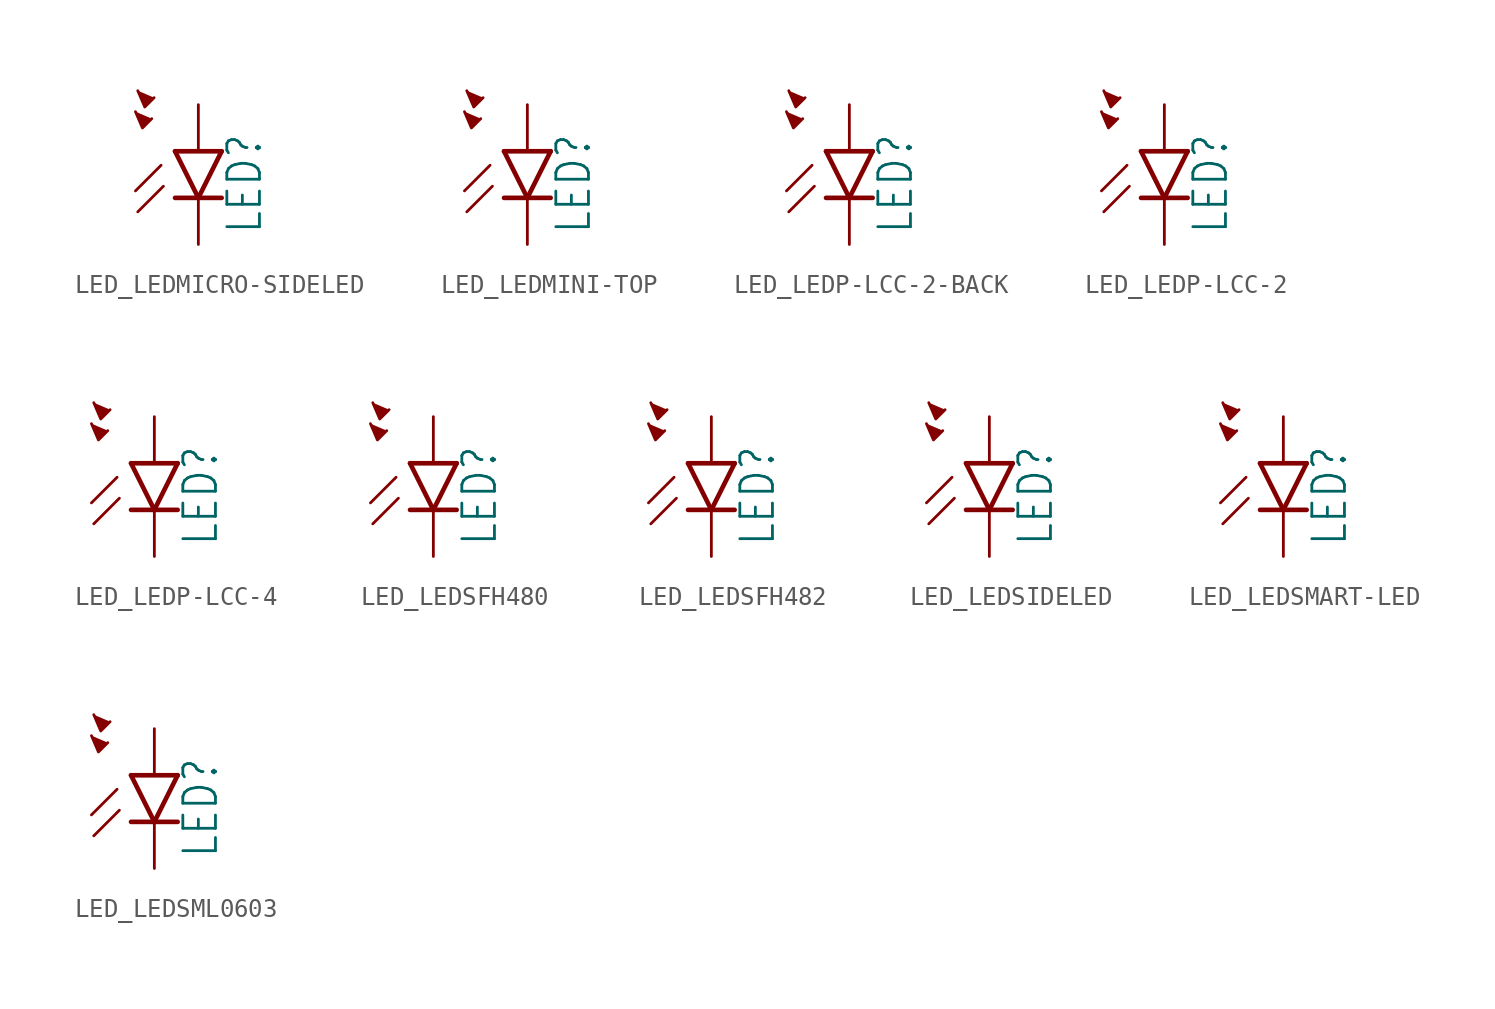
<source format=kicad_sym>
(kicad_symbol_lib
  (version 20241209)
  (generator "kicad_symbol_editor")
  (generator_version "9.0")
  (symbol "LED_LEDMICRO-SIDELED"
    (property "Reference" "LED"
      (at 3.556 -4.572 90)
      (effects (font (size 1.778 1.511)) (justify left bottom)))
    (property "Value" ""
      (at 5.715 -4.572 90)
      (effects (font (size 1.778 1.511)) (justify left bottom)))
    (property "ki_locked" ""
      (at 0 0 0)
      (effects (font (size 1.27 1.27))))
    (symbol "LED_LEDMICRO-SIDELED_1_0"
      (polyline (pts (xy -3.429 2.159) (xy -3.048 1.27) (xy -2.54 1.778)) (stroke (width 0.152) (type solid)) (fill (type outline)))
      (polyline (pts (xy -3.302 3.302) (xy -2.921 2.413) (xy -2.413 2.921)) (stroke (width 0.152) (type solid)) (fill (type outline)))
      (polyline (pts (xy -2.032 -0.762) (xy -3.429 -2.159)) (stroke (width 0.152) (type solid)) (fill (type none)))
      (polyline (pts (xy -1.905 -1.905) (xy -3.302 -3.302)) (stroke (width 0.152) (type solid)) (fill (type none)))
      (polyline (pts (xy 0 -2.54) (xy -1.27 0)) (stroke (width 0.254) (type solid)) (fill (type none)))
      (polyline (pts (xy 0 -2.54) (xy -1.27 -2.54)) (stroke (width 0.254) (type solid)) (fill (type none)))
      (polyline (pts (xy 1.27 0) (xy -1.27 0)) (stroke (width 0.254) (type solid)) (fill (type none)))
      (polyline (pts (xy 1.27 0) (xy 0 -2.54)) (stroke (width 0.254) (type solid)) (fill (type none)))
      (polyline (pts (xy 1.27 -2.54) (xy 0 -2.54)) (stroke (width 0.254) (type solid)) (fill (type none)))
      (pin passive line (at 0 2.54 270) (length 2.54) (name "A" (effects (font (size 0 0)))) (number "A" (effects (font (size 0 0)))))
      (pin passive line (at 0 -5.08 90) (length 2.54) (name "C" (effects (font (size 0 0)))) (number "C" (effects (font (size 0 0)))))))
  (symbol "LED_LEDMINI-TOP"
    (property "Reference" "LED"
      (at 3.556 -4.572 90)
      (effects (font (size 1.778 1.511)) (justify left bottom)))
    (property "Value" ""
      (at 5.715 -4.572 90)
      (effects (font (size 1.778 1.511)) (justify left bottom)))
    (property "ki_locked" ""
      (at 0 0 0)
      (effects (font (size 1.27 1.27))))
    (symbol "LED_LEDMINI-TOP_1_0"
      (polyline (pts (xy -3.429 2.159) (xy -3.048 1.27) (xy -2.54 1.778)) (stroke (width 0.152) (type solid)) (fill (type outline)))
      (polyline (pts (xy -3.302 3.302) (xy -2.921 2.413) (xy -2.413 2.921)) (stroke (width 0.152) (type solid)) (fill (type outline)))
      (polyline (pts (xy -2.032 -0.762) (xy -3.429 -2.159)) (stroke (width 0.152) (type solid)) (fill (type none)))
      (polyline (pts (xy -1.905 -1.905) (xy -3.302 -3.302)) (stroke (width 0.152) (type solid)) (fill (type none)))
      (polyline (pts (xy 0 -2.54) (xy -1.27 0)) (stroke (width 0.254) (type solid)) (fill (type none)))
      (polyline (pts (xy 0 -2.54) (xy -1.27 -2.54)) (stroke (width 0.254) (type solid)) (fill (type none)))
      (polyline (pts (xy 1.27 0) (xy -1.27 0)) (stroke (width 0.254) (type solid)) (fill (type none)))
      (polyline (pts (xy 1.27 0) (xy 0 -2.54)) (stroke (width 0.254) (type solid)) (fill (type none)))
      (polyline (pts (xy 1.27 -2.54) (xy 0 -2.54)) (stroke (width 0.254) (type solid)) (fill (type none)))
      (pin passive line (at 0 2.54 270) (length 2.54) (name "A" (effects (font (size 0 0)))) (number "A" (effects (font (size 0 0)))))
      (pin passive line (at 0 -5.08 90) (length 2.54) (name "C" (effects (font (size 0 0)))) (number "C" (effects (font (size 0 0)))))))
  (symbol "LED_LEDP-LCC-2-BACK"
    (property "Reference" "LED"
      (at 3.556 -4.572 90)
      (effects (font (size 1.778 1.511)) (justify left bottom)))
    (property "Value" ""
      (at 5.715 -4.572 90)
      (effects (font (size 1.778 1.511)) (justify left bottom)))
    (property "ki_locked" ""
      (at 0 0 0)
      (effects (font (size 1.27 1.27))))
    (symbol "LED_LEDP-LCC-2-BACK_1_0"
      (polyline (pts (xy -3.429 2.159) (xy -3.048 1.27) (xy -2.54 1.778)) (stroke (width 0.152) (type solid)) (fill (type outline)))
      (polyline (pts (xy -3.302 3.302) (xy -2.921 2.413) (xy -2.413 2.921)) (stroke (width 0.152) (type solid)) (fill (type outline)))
      (polyline (pts (xy -2.032 -0.762) (xy -3.429 -2.159)) (stroke (width 0.152) (type solid)) (fill (type none)))
      (polyline (pts (xy -1.905 -1.905) (xy -3.302 -3.302)) (stroke (width 0.152) (type solid)) (fill (type none)))
      (polyline (pts (xy 0 -2.54) (xy -1.27 0)) (stroke (width 0.254) (type solid)) (fill (type none)))
      (polyline (pts (xy 0 -2.54) (xy -1.27 -2.54)) (stroke (width 0.254) (type solid)) (fill (type none)))
      (polyline (pts (xy 1.27 0) (xy -1.27 0)) (stroke (width 0.254) (type solid)) (fill (type none)))
      (polyline (pts (xy 1.27 0) (xy 0 -2.54)) (stroke (width 0.254) (type solid)) (fill (type none)))
      (polyline (pts (xy 1.27 -2.54) (xy 0 -2.54)) (stroke (width 0.254) (type solid)) (fill (type none)))
      (pin passive line (at 0 2.54 270) (length 2.54) (name "A" (effects (font (size 0 0)))) (number "A" (effects (font (size 0 0)))))
      (pin passive line (at 0 -5.08 90) (length 2.54) (name "C" (effects (font (size 0 0)))) (number "C" (effects (font (size 0 0)))))))
  (symbol "LED_LEDP-LCC-2"
    (property "Reference" "LED"
      (at 3.556 -4.572 90)
      (effects (font (size 1.778 1.511)) (justify left bottom)))
    (property "Value" ""
      (at 5.715 -4.572 90)
      (effects (font (size 1.778 1.511)) (justify left bottom)))
    (property "ki_locked" ""
      (at 0 0 0)
      (effects (font (size 1.27 1.27))))
    (symbol "LED_LEDP-LCC-2_1_0"
      (polyline (pts (xy -3.429 2.159) (xy -3.048 1.27) (xy -2.54 1.778)) (stroke (width 0.152) (type solid)) (fill (type outline)))
      (polyline (pts (xy -3.302 3.302) (xy -2.921 2.413) (xy -2.413 2.921)) (stroke (width 0.152) (type solid)) (fill (type outline)))
      (polyline (pts (xy -2.032 -0.762) (xy -3.429 -2.159)) (stroke (width 0.152) (type solid)) (fill (type none)))
      (polyline (pts (xy -1.905 -1.905) (xy -3.302 -3.302)) (stroke (width 0.152) (type solid)) (fill (type none)))
      (polyline (pts (xy 0 -2.54) (xy -1.27 0)) (stroke (width 0.254) (type solid)) (fill (type none)))
      (polyline (pts (xy 0 -2.54) (xy -1.27 -2.54)) (stroke (width 0.254) (type solid)) (fill (type none)))
      (polyline (pts (xy 1.27 0) (xy -1.27 0)) (stroke (width 0.254) (type solid)) (fill (type none)))
      (polyline (pts (xy 1.27 0) (xy 0 -2.54)) (stroke (width 0.254) (type solid)) (fill (type none)))
      (polyline (pts (xy 1.27 -2.54) (xy 0 -2.54)) (stroke (width 0.254) (type solid)) (fill (type none)))
      (pin passive line (at 0 2.54 270) (length 2.54) (name "A" (effects (font (size 0 0)))) (number "A" (effects (font (size 0 0)))))
      (pin passive line (at 0 -5.08 90) (length 2.54) (name "C" (effects (font (size 0 0)))) (number "C" (effects (font (size 0 0)))))))
  (symbol "LED_LEDP-LCC-4"
    (property "Reference" "LED"
      (at 3.556 -4.572 90)
      (effects (font (size 1.778 1.511)) (justify left bottom)))
    (property "Value" ""
      (at 5.715 -4.572 90)
      (effects (font (size 1.778 1.511)) (justify left bottom)))
    (property "ki_locked" ""
      (at 0 0 0)
      (effects (font (size 1.27 1.27))))
    (symbol "LED_LEDP-LCC-4_1_0"
      (polyline (pts (xy -3.429 2.159) (xy -3.048 1.27) (xy -2.54 1.778)) (stroke (width 0.152) (type solid)) (fill (type outline)))
      (polyline (pts (xy -3.302 3.302) (xy -2.921 2.413) (xy -2.413 2.921)) (stroke (width 0.152) (type solid)) (fill (type outline)))
      (polyline (pts (xy -2.032 -0.762) (xy -3.429 -2.159)) (stroke (width 0.152) (type solid)) (fill (type none)))
      (polyline (pts (xy -1.905 -1.905) (xy -3.302 -3.302)) (stroke (width 0.152) (type solid)) (fill (type none)))
      (polyline (pts (xy 0 -2.54) (xy -1.27 0)) (stroke (width 0.254) (type solid)) (fill (type none)))
      (polyline (pts (xy 0 -2.54) (xy -1.27 -2.54)) (stroke (width 0.254) (type solid)) (fill (type none)))
      (polyline (pts (xy 1.27 0) (xy -1.27 0)) (stroke (width 0.254) (type solid)) (fill (type none)))
      (polyline (pts (xy 1.27 0) (xy 0 -2.54)) (stroke (width 0.254) (type solid)) (fill (type none)))
      (polyline (pts (xy 1.27 -2.54) (xy 0 -2.54)) (stroke (width 0.254) (type solid)) (fill (type none)))
      (pin passive line (at 0 2.54 270) (length 2.54) (name "A" (effects (font (size 0 0)))) (number "A" (effects (font (size 0 0)))))
      (pin passive line (at 0 -5.08 90) (length 2.54) (name "C" (effects (font (size 0 0)))) (number "C@4" (effects (font (size 0 0)))))))
  (symbol "LED_LEDSFH480"
    (property "Reference" "LED"
      (at 3.556 -4.572 90)
      (effects (font (size 1.778 1.511)) (justify left bottom)))
    (property "Value" ""
      (at 5.715 -4.572 90)
      (effects (font (size 1.778 1.511)) (justify left bottom)))
    (property "ki_locked" ""
      (at 0 0 0)
      (effects (font (size 1.27 1.27))))
    (symbol "LED_LEDSFH480_1_0"
      (polyline (pts (xy -3.429 2.159) (xy -3.048 1.27) (xy -2.54 1.778)) (stroke (width 0.152) (type solid)) (fill (type outline)))
      (polyline (pts (xy -3.302 3.302) (xy -2.921 2.413) (xy -2.413 2.921)) (stroke (width 0.152) (type solid)) (fill (type outline)))
      (polyline (pts (xy -2.032 -0.762) (xy -3.429 -2.159)) (stroke (width 0.152) (type solid)) (fill (type none)))
      (polyline (pts (xy -1.905 -1.905) (xy -3.302 -3.302)) (stroke (width 0.152) (type solid)) (fill (type none)))
      (polyline (pts (xy 0 -2.54) (xy -1.27 0)) (stroke (width 0.254) (type solid)) (fill (type none)))
      (polyline (pts (xy 0 -2.54) (xy -1.27 -2.54)) (stroke (width 0.254) (type solid)) (fill (type none)))
      (polyline (pts (xy 1.27 0) (xy -1.27 0)) (stroke (width 0.254) (type solid)) (fill (type none)))
      (polyline (pts (xy 1.27 0) (xy 0 -2.54)) (stroke (width 0.254) (type solid)) (fill (type none)))
      (polyline (pts (xy 1.27 -2.54) (xy 0 -2.54)) (stroke (width 0.254) (type solid)) (fill (type none)))
      (pin passive line (at 0 2.54 270) (length 2.54) (name "A" (effects (font (size 0 0)))) (number "A" (effects (font (size 0 0)))))
      (pin passive line (at 0 -5.08 90) (length 2.54) (name "C" (effects (font (size 0 0)))) (number "K" (effects (font (size 0 0)))))))
  (symbol "LED_LEDSFH482"
    (property "Reference" "LED"
      (at 3.556 -4.572 90)
      (effects (font (size 1.778 1.511)) (justify left bottom)))
    (property "Value" ""
      (at 5.715 -4.572 90)
      (effects (font (size 1.778 1.511)) (justify left bottom)))
    (property "ki_locked" ""
      (at 0 0 0)
      (effects (font (size 1.27 1.27))))
    (symbol "LED_LEDSFH482_1_0"
      (polyline (pts (xy -3.429 2.159) (xy -3.048 1.27) (xy -2.54 1.778)) (stroke (width 0.152) (type solid)) (fill (type outline)))
      (polyline (pts (xy -3.302 3.302) (xy -2.921 2.413) (xy -2.413 2.921)) (stroke (width 0.152) (type solid)) (fill (type outline)))
      (polyline (pts (xy -2.032 -0.762) (xy -3.429 -2.159)) (stroke (width 0.152) (type solid)) (fill (type none)))
      (polyline (pts (xy -1.905 -1.905) (xy -3.302 -3.302)) (stroke (width 0.152) (type solid)) (fill (type none)))
      (polyline (pts (xy 0 -2.54) (xy -1.27 0)) (stroke (width 0.254) (type solid)) (fill (type none)))
      (polyline (pts (xy 0 -2.54) (xy -1.27 -2.54)) (stroke (width 0.254) (type solid)) (fill (type none)))
      (polyline (pts (xy 1.27 0) (xy -1.27 0)) (stroke (width 0.254) (type solid)) (fill (type none)))
      (polyline (pts (xy 1.27 0) (xy 0 -2.54)) (stroke (width 0.254) (type solid)) (fill (type none)))
      (polyline (pts (xy 1.27 -2.54) (xy 0 -2.54)) (stroke (width 0.254) (type solid)) (fill (type none)))
      (pin passive line (at 0 2.54 270) (length 2.54) (name "A" (effects (font (size 0 0)))) (number "A" (effects (font (size 0 0)))))
      (pin passive line (at 0 -5.08 90) (length 2.54) (name "C" (effects (font (size 0 0)))) (number "K" (effects (font (size 0 0)))))))
  (symbol "LED_LEDSIDELED"
    (property "Reference" "LED"
      (at 3.556 -4.572 90)
      (effects (font (size 1.778 1.511)) (justify left bottom)))
    (property "Value" ""
      (at 5.715 -4.572 90)
      (effects (font (size 1.778 1.511)) (justify left bottom)))
    (property "ki_locked" ""
      (at 0 0 0)
      (effects (font (size 1.27 1.27))))
    (symbol "LED_LEDSIDELED_1_0"
      (polyline (pts (xy -3.429 2.159) (xy -3.048 1.27) (xy -2.54 1.778)) (stroke (width 0.152) (type solid)) (fill (type outline)))
      (polyline (pts (xy -3.302 3.302) (xy -2.921 2.413) (xy -2.413 2.921)) (stroke (width 0.152) (type solid)) (fill (type outline)))
      (polyline (pts (xy -2.032 -0.762) (xy -3.429 -2.159)) (stroke (width 0.152) (type solid)) (fill (type none)))
      (polyline (pts (xy -1.905 -1.905) (xy -3.302 -3.302)) (stroke (width 0.152) (type solid)) (fill (type none)))
      (polyline (pts (xy 0 -2.54) (xy -1.27 0)) (stroke (width 0.254) (type solid)) (fill (type none)))
      (polyline (pts (xy 0 -2.54) (xy -1.27 -2.54)) (stroke (width 0.254) (type solid)) (fill (type none)))
      (polyline (pts (xy 1.27 0) (xy -1.27 0)) (stroke (width 0.254) (type solid)) (fill (type none)))
      (polyline (pts (xy 1.27 0) (xy 0 -2.54)) (stroke (width 0.254) (type solid)) (fill (type none)))
      (polyline (pts (xy 1.27 -2.54) (xy 0 -2.54)) (stroke (width 0.254) (type solid)) (fill (type none)))
      (pin passive line (at 0 2.54 270) (length 2.54) (name "A" (effects (font (size 0 0)))) (number "A" (effects (font (size 0 0)))))
      (pin passive line (at 0 -5.08 90) (length 2.54) (name "C" (effects (font (size 0 0)))) (number "C" (effects (font (size 0 0)))))))
  (symbol "LED_LEDSMART-LED"
    (property "Reference" "LED"
      (at 3.556 -4.572 90)
      (effects (font (size 1.778 1.511)) (justify left bottom)))
    (property "Value" ""
      (at 5.715 -4.572 90)
      (effects (font (size 1.778 1.511)) (justify left bottom)))
    (property "ki_locked" ""
      (at 0 0 0)
      (effects (font (size 1.27 1.27))))
    (symbol "LED_LEDSMART-LED_1_0"
      (polyline (pts (xy -3.429 2.159) (xy -3.048 1.27) (xy -2.54 1.778)) (stroke (width 0.152) (type solid)) (fill (type outline)))
      (polyline (pts (xy -3.302 3.302) (xy -2.921 2.413) (xy -2.413 2.921)) (stroke (width 0.152) (type solid)) (fill (type outline)))
      (polyline (pts (xy -2.032 -0.762) (xy -3.429 -2.159)) (stroke (width 0.152) (type solid)) (fill (type none)))
      (polyline (pts (xy -1.905 -1.905) (xy -3.302 -3.302)) (stroke (width 0.152) (type solid)) (fill (type none)))
      (polyline (pts (xy 0 -2.54) (xy -1.27 0)) (stroke (width 0.254) (type solid)) (fill (type none)))
      (polyline (pts (xy 0 -2.54) (xy -1.27 -2.54)) (stroke (width 0.254) (type solid)) (fill (type none)))
      (polyline (pts (xy 1.27 0) (xy -1.27 0)) (stroke (width 0.254) (type solid)) (fill (type none)))
      (polyline (pts (xy 1.27 0) (xy 0 -2.54)) (stroke (width 0.254) (type solid)) (fill (type none)))
      (polyline (pts (xy 1.27 -2.54) (xy 0 -2.54)) (stroke (width 0.254) (type solid)) (fill (type none)))
      (pin passive line (at 0 2.54 270) (length 2.54) (name "A" (effects (font (size 0 0)))) (number "A" (effects (font (size 0 0)))))
      (pin passive line (at 0 -5.08 90) (length 2.54) (name "C" (effects (font (size 0 0)))) (number "B" (effects (font (size 0 0)))))))
  (symbol "LED_LEDSML0603"
    (property "Reference" "LED"
      (at 3.556 -4.572 90)
      (effects (font (size 1.778 1.511)) (justify left bottom)))
    (property "Value" ""
      (at 5.715 -4.572 90)
      (effects (font (size 1.778 1.511)) (justify left bottom)))
    (property "ki_locked" ""
      (at 0 0 0)
      (effects (font (size 1.27 1.27))))
    (symbol "LED_LEDSML0603_1_0"
      (polyline (pts (xy -3.429 2.159) (xy -3.048 1.27) (xy -2.54 1.778)) (stroke (width 0.152) (type solid)) (fill (type outline)))
      (polyline (pts (xy -3.302 3.302) (xy -2.921 2.413) (xy -2.413 2.921)) (stroke (width 0.152) (type solid)) (fill (type outline)))
      (polyline (pts (xy -2.032 -0.762) (xy -3.429 -2.159)) (stroke (width 0.152) (type solid)) (fill (type none)))
      (polyline (pts (xy -1.905 -1.905) (xy -3.302 -3.302)) (stroke (width 0.152) (type solid)) (fill (type none)))
      (polyline (pts (xy 0 -2.54) (xy -1.27 0)) (stroke (width 0.254) (type solid)) (fill (type none)))
      (polyline (pts (xy 0 -2.54) (xy -1.27 -2.54)) (stroke (width 0.254) (type solid)) (fill (type none)))
      (polyline (pts (xy 1.27 0) (xy -1.27 0)) (stroke (width 0.254) (type solid)) (fill (type none)))
      (polyline (pts (xy 1.27 0) (xy 0 -2.54)) (stroke (width 0.254) (type solid)) (fill (type none)))
      (polyline (pts (xy 1.27 -2.54) (xy 0 -2.54)) (stroke (width 0.254) (type solid)) (fill (type none)))
      (pin passive line (at 0 2.54 270) (length 2.54) (name "A" (effects (font (size 0 0)))) (number "A" (effects (font (size 0 0)))))
      (pin passive line (at 0 -5.08 90) (length 2.54) (name "C" (effects (font (size 0 0)))) (number "C" (effects (font (size 0 0))))))))
</source>
